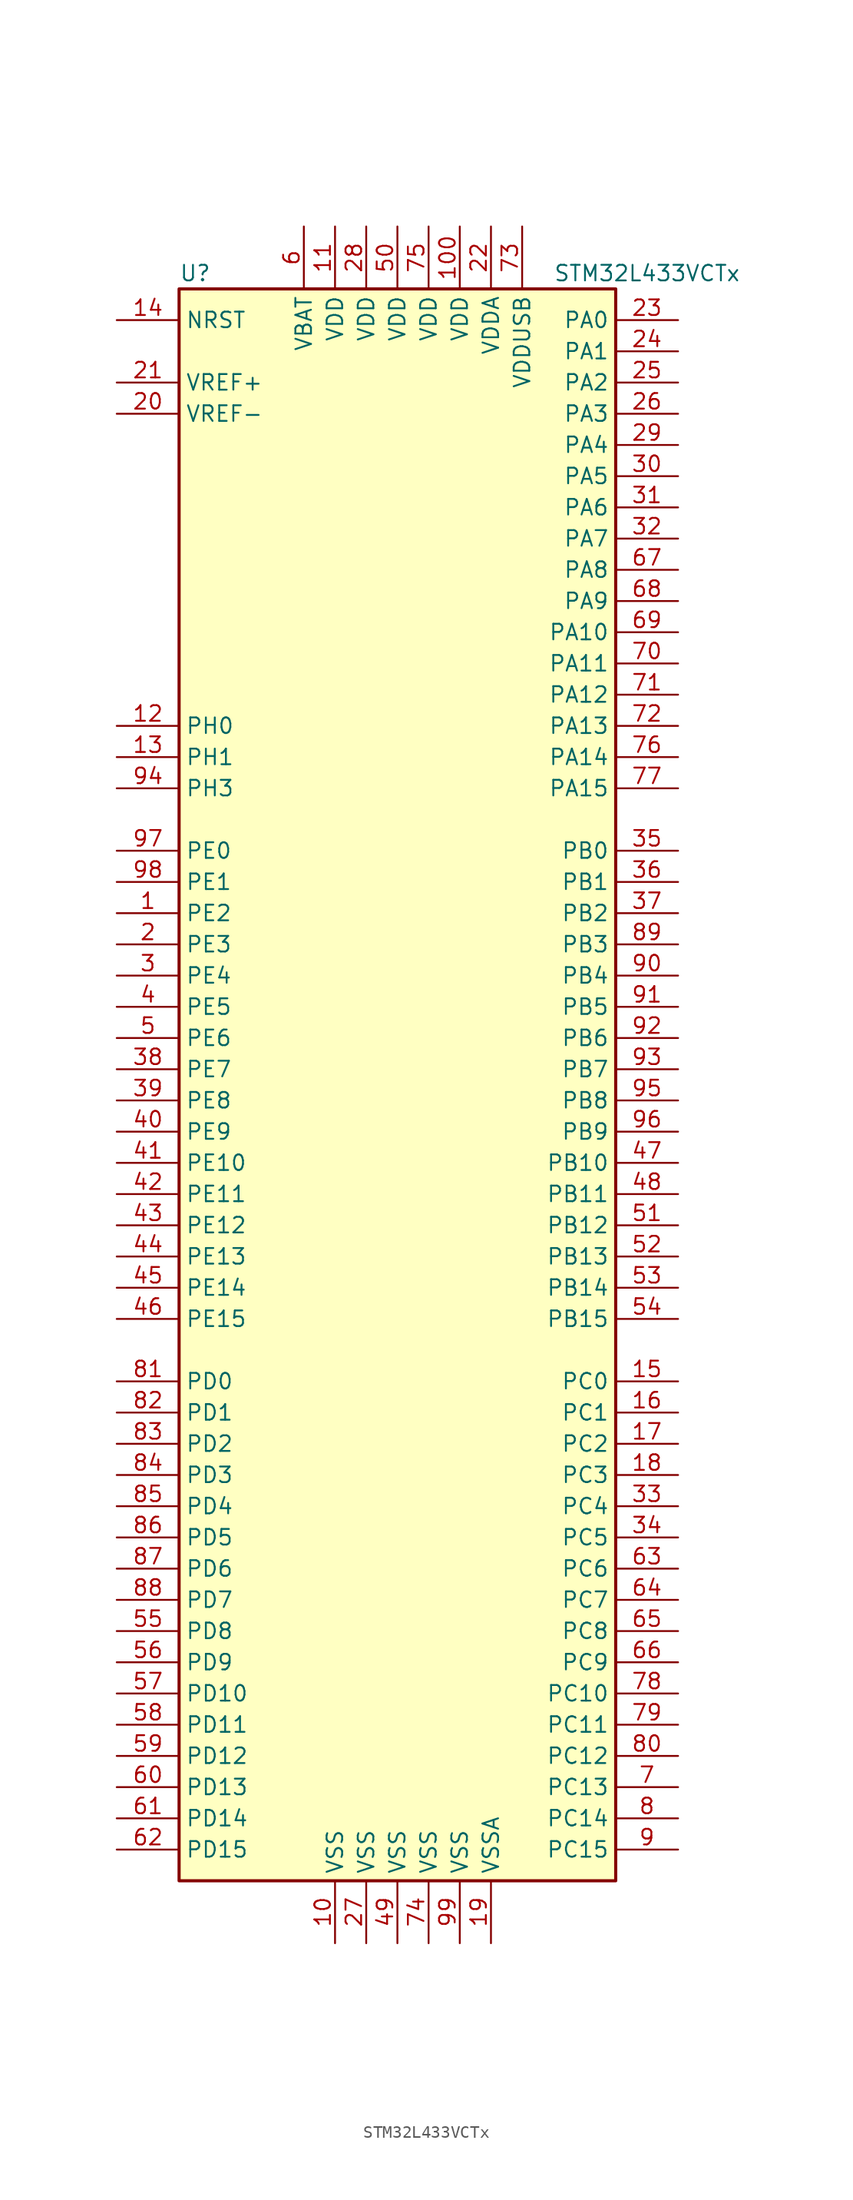
<source format=kicad_sym>
(kicad_symbol_lib
  (version 20201005)
  (generator kicad_symbol_editor)
  (symbol "STM32L433VCTx"
    (property "Reference" "U"
      (at -17.78 64.77 0)
      (effects (font (size 1.27 1.27)) (justify left)))
    (property "Value" "STM32L433VCTx"
      (at 12.7 64.77 0)
      (effects (font (size 1.27 1.27)) (justify left)))
    (symbol "STM32L433VCTx_0_1"
      (rectangle (start -17.78 -66.04) (end 17.78 63.5) (stroke (width 0.254)) (fill (type background))))
    (symbol "STM32L433VCTx_1_1"
      (pin input line (at -22.86 60.96 0) (length 5.08) (name "NRST" (effects (font (size 1.27 1.27)))) (number "14" (effects (font (size 1.27 1.27)))))
      (pin bidirectional line (at 22.86 60.96 180) (length 5.08) (name "PA0" (effects (font (size 1.27 1.27)))) (number "23" (effects (font (size 1.27 1.27)))))
      (pin bidirectional line (at 22.86 58.42 180) (length 5.08) (name "PA1" (effects (font (size 1.27 1.27)))) (number "24" (effects (font (size 1.27 1.27)))))
      (pin bidirectional line (at 22.86 35.56 180) (length 5.08) (name "PA10" (effects (font (size 1.27 1.27)))) (number "69" (effects (font (size 1.27 1.27)))))
      (pin bidirectional line (at 22.86 33.02 180) (length 5.08) (name "PA11" (effects (font (size 1.27 1.27)))) (number "70" (effects (font (size 1.27 1.27)))))
      (pin bidirectional line (at 22.86 30.48 180) (length 5.08) (name "PA12" (effects (font (size 1.27 1.27)))) (number "71" (effects (font (size 1.27 1.27)))))
      (pin bidirectional line (at 22.86 27.94 180) (length 5.08) (name "PA13" (effects (font (size 1.27 1.27)))) (number "72" (effects (font (size 1.27 1.27)))))
      (pin bidirectional line (at 22.86 25.4 180) (length 5.08) (name "PA14" (effects (font (size 1.27 1.27)))) (number "76" (effects (font (size 1.27 1.27)))))
      (pin bidirectional line (at 22.86 22.86 180) (length 5.08) (name "PA15" (effects (font (size 1.27 1.27)))) (number "77" (effects (font (size 1.27 1.27)))))
      (pin bidirectional line (at 22.86 55.88 180) (length 5.08) (name "PA2" (effects (font (size 1.27 1.27)))) (number "25" (effects (font (size 1.27 1.27)))))
      (pin bidirectional line (at 22.86 53.34 180) (length 5.08) (name "PA3" (effects (font (size 1.27 1.27)))) (number "26" (effects (font (size 1.27 1.27)))))
      (pin bidirectional line (at 22.86 50.8 180) (length 5.08) (name "PA4" (effects (font (size 1.27 1.27)))) (number "29" (effects (font (size 1.27 1.27)))))
      (pin bidirectional line (at 22.86 48.26 180) (length 5.08) (name "PA5" (effects (font (size 1.27 1.27)))) (number "30" (effects (font (size 1.27 1.27)))))
      (pin bidirectional line (at 22.86 45.72 180) (length 5.08) (name "PA6" (effects (font (size 1.27 1.27)))) (number "31" (effects (font (size 1.27 1.27)))))
      (pin bidirectional line (at 22.86 43.18 180) (length 5.08) (name "PA7" (effects (font (size 1.27 1.27)))) (number "32" (effects (font (size 1.27 1.27)))))
      (pin bidirectional line (at 22.86 40.64 180) (length 5.08) (name "PA8" (effects (font (size 1.27 1.27)))) (number "67" (effects (font (size 1.27 1.27)))))
      (pin bidirectional line (at 22.86 38.1 180) (length 5.08) (name "PA9" (effects (font (size 1.27 1.27)))) (number "68" (effects (font (size 1.27 1.27)))))
      (pin bidirectional line (at 22.86 17.78 180) (length 5.08) (name "PB0" (effects (font (size 1.27 1.27)))) (number "35" (effects (font (size 1.27 1.27)))))
      (pin bidirectional line (at 22.86 15.24 180) (length 5.08) (name "PB1" (effects (font (size 1.27 1.27)))) (number "36" (effects (font (size 1.27 1.27)))))
      (pin bidirectional line (at 22.86 -7.62 180) (length 5.08) (name "PB10" (effects (font (size 1.27 1.27)))) (number "47" (effects (font (size 1.27 1.27)))))
      (pin bidirectional line (at 22.86 -10.16 180) (length 5.08) (name "PB11" (effects (font (size 1.27 1.27)))) (number "48" (effects (font (size 1.27 1.27)))))
      (pin bidirectional line (at 22.86 -12.7 180) (length 5.08) (name "PB12" (effects (font (size 1.27 1.27)))) (number "51" (effects (font (size 1.27 1.27)))))
      (pin bidirectional line (at 22.86 -15.24 180) (length 5.08) (name "PB13" (effects (font (size 1.27 1.27)))) (number "52" (effects (font (size 1.27 1.27)))))
      (pin bidirectional line (at 22.86 -17.78 180) (length 5.08) (name "PB14" (effects (font (size 1.27 1.27)))) (number "53" (effects (font (size 1.27 1.27)))))
      (pin bidirectional line (at 22.86 -20.32 180) (length 5.08) (name "PB15" (effects (font (size 1.27 1.27)))) (number "54" (effects (font (size 1.27 1.27)))))
      (pin bidirectional line (at 22.86 12.7 180) (length 5.08) (name "PB2" (effects (font (size 1.27 1.27)))) (number "37" (effects (font (size 1.27 1.27)))))
      (pin bidirectional line (at 22.86 10.16 180) (length 5.08) (name "PB3" (effects (font (size 1.27 1.27)))) (number "89" (effects (font (size 1.27 1.27)))))
      (pin bidirectional line (at 22.86 7.62 180) (length 5.08) (name "PB4" (effects (font (size 1.27 1.27)))) (number "90" (effects (font (size 1.27 1.27)))))
      (pin bidirectional line (at 22.86 5.08 180) (length 5.08) (name "PB5" (effects (font (size 1.27 1.27)))) (number "91" (effects (font (size 1.27 1.27)))))
      (pin bidirectional line (at 22.86 2.54 180) (length 5.08) (name "PB6" (effects (font (size 1.27 1.27)))) (number "92" (effects (font (size 1.27 1.27)))))
      (pin bidirectional line (at 22.86 0 180) (length 5.08) (name "PB7" (effects (font (size 1.27 1.27)))) (number "93" (effects (font (size 1.27 1.27)))))
      (pin bidirectional line (at 22.86 -2.54 180) (length 5.08) (name "PB8" (effects (font (size 1.27 1.27)))) (number "95" (effects (font (size 1.27 1.27)))))
      (pin bidirectional line (at 22.86 -5.08 180) (length 5.08) (name "PB9" (effects (font (size 1.27 1.27)))) (number "96" (effects (font (size 1.27 1.27)))))
      (pin bidirectional line (at 22.86 -25.4 180) (length 5.08) (name "PC0" (effects (font (size 1.27 1.27)))) (number "15" (effects (font (size 1.27 1.27)))))
      (pin bidirectional line (at 22.86 -27.94 180) (length 5.08) (name "PC1" (effects (font (size 1.27 1.27)))) (number "16" (effects (font (size 1.27 1.27)))))
      (pin bidirectional line (at 22.86 -50.8 180) (length 5.08) (name "PC10" (effects (font (size 1.27 1.27)))) (number "78" (effects (font (size 1.27 1.27)))))
      (pin bidirectional line (at 22.86 -53.34 180) (length 5.08) (name "PC11" (effects (font (size 1.27 1.27)))) (number "79" (effects (font (size 1.27 1.27)))))
      (pin bidirectional line (at 22.86 -55.88 180) (length 5.08) (name "PC12" (effects (font (size 1.27 1.27)))) (number "80" (effects (font (size 1.27 1.27)))))
      (pin bidirectional line (at 22.86 -58.42 180) (length 5.08) (name "PC13" (effects (font (size 1.27 1.27)))) (number "7" (effects (font (size 1.27 1.27)))))
      (pin bidirectional line (at 22.86 -60.96 180) (length 5.08) (name "PC14" (effects (font (size 1.27 1.27)))) (number "8" (effects (font (size 1.27 1.27)))))
      (pin bidirectional line (at 22.86 -63.5 180) (length 5.08) (name "PC15" (effects (font (size 1.27 1.27)))) (number "9" (effects (font (size 1.27 1.27)))))
      (pin bidirectional line (at 22.86 -30.48 180) (length 5.08) (name "PC2" (effects (font (size 1.27 1.27)))) (number "17" (effects (font (size 1.27 1.27)))))
      (pin bidirectional line (at 22.86 -33.02 180) (length 5.08) (name "PC3" (effects (font (size 1.27 1.27)))) (number "18" (effects (font (size 1.27 1.27)))))
      (pin bidirectional line (at 22.86 -35.56 180) (length 5.08) (name "PC4" (effects (font (size 1.27 1.27)))) (number "33" (effects (font (size 1.27 1.27)))))
      (pin bidirectional line (at 22.86 -38.1 180) (length 5.08) (name "PC5" (effects (font (size 1.27 1.27)))) (number "34" (effects (font (size 1.27 1.27)))))
      (pin bidirectional line (at 22.86 -40.64 180) (length 5.08) (name "PC6" (effects (font (size 1.27 1.27)))) (number "63" (effects (font (size 1.27 1.27)))))
      (pin bidirectional line (at 22.86 -43.18 180) (length 5.08) (name "PC7" (effects (font (size 1.27 1.27)))) (number "64" (effects (font (size 1.27 1.27)))))
      (pin bidirectional line (at 22.86 -45.72 180) (length 5.08) (name "PC8" (effects (font (size 1.27 1.27)))) (number "65" (effects (font (size 1.27 1.27)))))
      (pin bidirectional line (at 22.86 -48.26 180) (length 5.08) (name "PC9" (effects (font (size 1.27 1.27)))) (number "66" (effects (font (size 1.27 1.27)))))
      (pin bidirectional line (at -22.86 -25.4 0) (length 5.08) (name "PD0" (effects (font (size 1.27 1.27)))) (number "81" (effects (font (size 1.27 1.27)))))
      (pin bidirectional line (at -22.86 -27.94 0) (length 5.08) (name "PD1" (effects (font (size 1.27 1.27)))) (number "82" (effects (font (size 1.27 1.27)))))
      (pin bidirectional line (at -22.86 -50.8 0) (length 5.08) (name "PD10" (effects (font (size 1.27 1.27)))) (number "57" (effects (font (size 1.27 1.27)))))
      (pin bidirectional line (at -22.86 -53.34 0) (length 5.08) (name "PD11" (effects (font (size 1.27 1.27)))) (number "58" (effects (font (size 1.27 1.27)))))
      (pin bidirectional line (at -22.86 -55.88 0) (length 5.08) (name "PD12" (effects (font (size 1.27 1.27)))) (number "59" (effects (font (size 1.27 1.27)))))
      (pin bidirectional line (at -22.86 -58.42 0) (length 5.08) (name "PD13" (effects (font (size 1.27 1.27)))) (number "60" (effects (font (size 1.27 1.27)))))
      (pin bidirectional line (at -22.86 -60.96 0) (length 5.08) (name "PD14" (effects (font (size 1.27 1.27)))) (number "61" (effects (font (size 1.27 1.27)))))
      (pin bidirectional line (at -22.86 -63.5 0) (length 5.08) (name "PD15" (effects (font (size 1.27 1.27)))) (number "62" (effects (font (size 1.27 1.27)))))
      (pin bidirectional line (at -22.86 -30.48 0) (length 5.08) (name "PD2" (effects (font (size 1.27 1.27)))) (number "83" (effects (font (size 1.27 1.27)))))
      (pin bidirectional line (at -22.86 -33.02 0) (length 5.08) (name "PD3" (effects (font (size 1.27 1.27)))) (number "84" (effects (font (size 1.27 1.27)))))
      (pin bidirectional line (at -22.86 -35.56 0) (length 5.08) (name "PD4" (effects (font (size 1.27 1.27)))) (number "85" (effects (font (size 1.27 1.27)))))
      (pin bidirectional line (at -22.86 -38.1 0) (length 5.08) (name "PD5" (effects (font (size 1.27 1.27)))) (number "86" (effects (font (size 1.27 1.27)))))
      (pin bidirectional line (at -22.86 -40.64 0) (length 5.08) (name "PD6" (effects (font (size 1.27 1.27)))) (number "87" (effects (font (size 1.27 1.27)))))
      (pin bidirectional line (at -22.86 -43.18 0) (length 5.08) (name "PD7" (effects (font (size 1.27 1.27)))) (number "88" (effects (font (size 1.27 1.27)))))
      (pin bidirectional line (at -22.86 -45.72 0) (length 5.08) (name "PD8" (effects (font (size 1.27 1.27)))) (number "55" (effects (font (size 1.27 1.27)))))
      (pin bidirectional line (at -22.86 -48.26 0) (length 5.08) (name "PD9" (effects (font (size 1.27 1.27)))) (number "56" (effects (font (size 1.27 1.27)))))
      (pin bidirectional line (at -22.86 17.78 0) (length 5.08) (name "PE0" (effects (font (size 1.27 1.27)))) (number "97" (effects (font (size 1.27 1.27)))))
      (pin bidirectional line (at -22.86 15.24 0) (length 5.08) (name "PE1" (effects (font (size 1.27 1.27)))) (number "98" (effects (font (size 1.27 1.27)))))
      (pin bidirectional line (at -22.86 -7.62 0) (length 5.08) (name "PE10" (effects (font (size 1.27 1.27)))) (number "41" (effects (font (size 1.27 1.27)))))
      (pin bidirectional line (at -22.86 -10.16 0) (length 5.08) (name "PE11" (effects (font (size 1.27 1.27)))) (number "42" (effects (font (size 1.27 1.27)))))
      (pin bidirectional line (at -22.86 -12.7 0) (length 5.08) (name "PE12" (effects (font (size 1.27 1.27)))) (number "43" (effects (font (size 1.27 1.27)))))
      (pin bidirectional line (at -22.86 -15.24 0) (length 5.08) (name "PE13" (effects (font (size 1.27 1.27)))) (number "44" (effects (font (size 1.27 1.27)))))
      (pin bidirectional line (at -22.86 -17.78 0) (length 5.08) (name "PE14" (effects (font (size 1.27 1.27)))) (number "45" (effects (font (size 1.27 1.27)))))
      (pin bidirectional line (at -22.86 -20.32 0) (length 5.08) (name "PE15" (effects (font (size 1.27 1.27)))) (number "46" (effects (font (size 1.27 1.27)))))
      (pin bidirectional line (at -22.86 12.7 0) (length 5.08) (name "PE2" (effects (font (size 1.27 1.27)))) (number "1" (effects (font (size 1.27 1.27)))))
      (pin bidirectional line (at -22.86 10.16 0) (length 5.08) (name "PE3" (effects (font (size 1.27 1.27)))) (number "2" (effects (font (size 1.27 1.27)))))
      (pin bidirectional line (at -22.86 7.62 0) (length 5.08) (name "PE4" (effects (font (size 1.27 1.27)))) (number "3" (effects (font (size 1.27 1.27)))))
      (pin bidirectional line (at -22.86 5.08 0) (length 5.08) (name "PE5" (effects (font (size 1.27 1.27)))) (number "4" (effects (font (size 1.27 1.27)))))
      (pin bidirectional line (at -22.86 2.54 0) (length 5.08) (name "PE6" (effects (font (size 1.27 1.27)))) (number "5" (effects (font (size 1.27 1.27)))))
      (pin bidirectional line (at -22.86 0 0) (length 5.08) (name "PE7" (effects (font (size 1.27 1.27)))) (number "38" (effects (font (size 1.27 1.27)))))
      (pin bidirectional line (at -22.86 -2.54 0) (length 5.08) (name "PE8" (effects (font (size 1.27 1.27)))) (number "39" (effects (font (size 1.27 1.27)))))
      (pin bidirectional line (at -22.86 -5.08 0) (length 5.08) (name "PE9" (effects (font (size 1.27 1.27)))) (number "40" (effects (font (size 1.27 1.27)))))
      (pin input line (at -22.86 27.94 0) (length 5.08) (name "PH0" (effects (font (size 1.27 1.27)))) (number "12" (effects (font (size 1.27 1.27)))))
      (pin input line (at -22.86 25.4 0) (length 5.08) (name "PH1" (effects (font (size 1.27 1.27)))) (number "13" (effects (font (size 1.27 1.27)))))
      (pin bidirectional line (at -22.86 22.86 0) (length 5.08) (name "PH3" (effects (font (size 1.27 1.27)))) (number "94" (effects (font (size 1.27 1.27)))))
      (pin power_in line (at -7.62 68.58 270) (length 5.08) (name "VBAT" (effects (font (size 1.27 1.27)))) (number "6" (effects (font (size 1.27 1.27)))))
      (pin power_in line (at 5.08 68.58 270) (length 5.08) (name "VDD" (effects (font (size 1.27 1.27)))) (number "100" (effects (font (size 1.27 1.27)))))
      (pin power_in line (at -5.08 68.58 270) (length 5.08) (name "VDD" (effects (font (size 1.27 1.27)))) (number "11" (effects (font (size 1.27 1.27)))))
      (pin power_in line (at -2.54 68.58 270) (length 5.08) (name "VDD" (effects (font (size 1.27 1.27)))) (number "28" (effects (font (size 1.27 1.27)))))
      (pin power_in line (at 0 68.58 270) (length 5.08) (name "VDD" (effects (font (size 1.27 1.27)))) (number "50" (effects (font (size 1.27 1.27)))))
      (pin power_in line (at 2.54 68.58 270) (length 5.08) (name "VDD" (effects (font (size 1.27 1.27)))) (number "75" (effects (font (size 1.27 1.27)))))
      (pin power_in line (at 7.62 68.58 270) (length 5.08) (name "VDDA" (effects (font (size 1.27 1.27)))) (number "22" (effects (font (size 1.27 1.27)))))
      (pin power_in line (at 10.16 68.58 270) (length 5.08) (name "VDDUSB" (effects (font (size 1.27 1.27)))) (number "73" (effects (font (size 1.27 1.27)))))
      (pin bidirectional line (at -22.86 55.88 0) (length 5.08) (name "VREF+" (effects (font (size 1.27 1.27)))) (number "21" (effects (font (size 1.27 1.27)))))
      (pin power_in line (at -22.86 53.34 0) (length 5.08) (name "VREF-" (effects (font (size 1.27 1.27)))) (number "20" (effects (font (size 1.27 1.27)))))
      (pin power_in line (at -5.08 -71.12 90) (length 5.08) (name "VSS" (effects (font (size 1.27 1.27)))) (number "10" (effects (font (size 1.27 1.27)))))
      (pin power_in line (at -2.54 -71.12 90) (length 5.08) (name "VSS" (effects (font (size 1.27 1.27)))) (number "27" (effects (font (size 1.27 1.27)))))
      (pin power_in line (at 0 -71.12 90) (length 5.08) (name "VSS" (effects (font (size 1.27 1.27)))) (number "49" (effects (font (size 1.27 1.27)))))
      (pin power_in line (at 2.54 -71.12 90) (length 5.08) (name "VSS" (effects (font (size 1.27 1.27)))) (number "74" (effects (font (size 1.27 1.27)))))
      (pin power_in line (at 5.08 -71.12 90) (length 5.08) (name "VSS" (effects (font (size 1.27 1.27)))) (number "99" (effects (font (size 1.27 1.27)))))
      (pin power_in line (at 7.62 -71.12 90) (length 5.08) (name "VSSA" (effects (font (size 1.27 1.27)))) (number "19" (effects (font (size 1.27 1.27))))))))
</source>
